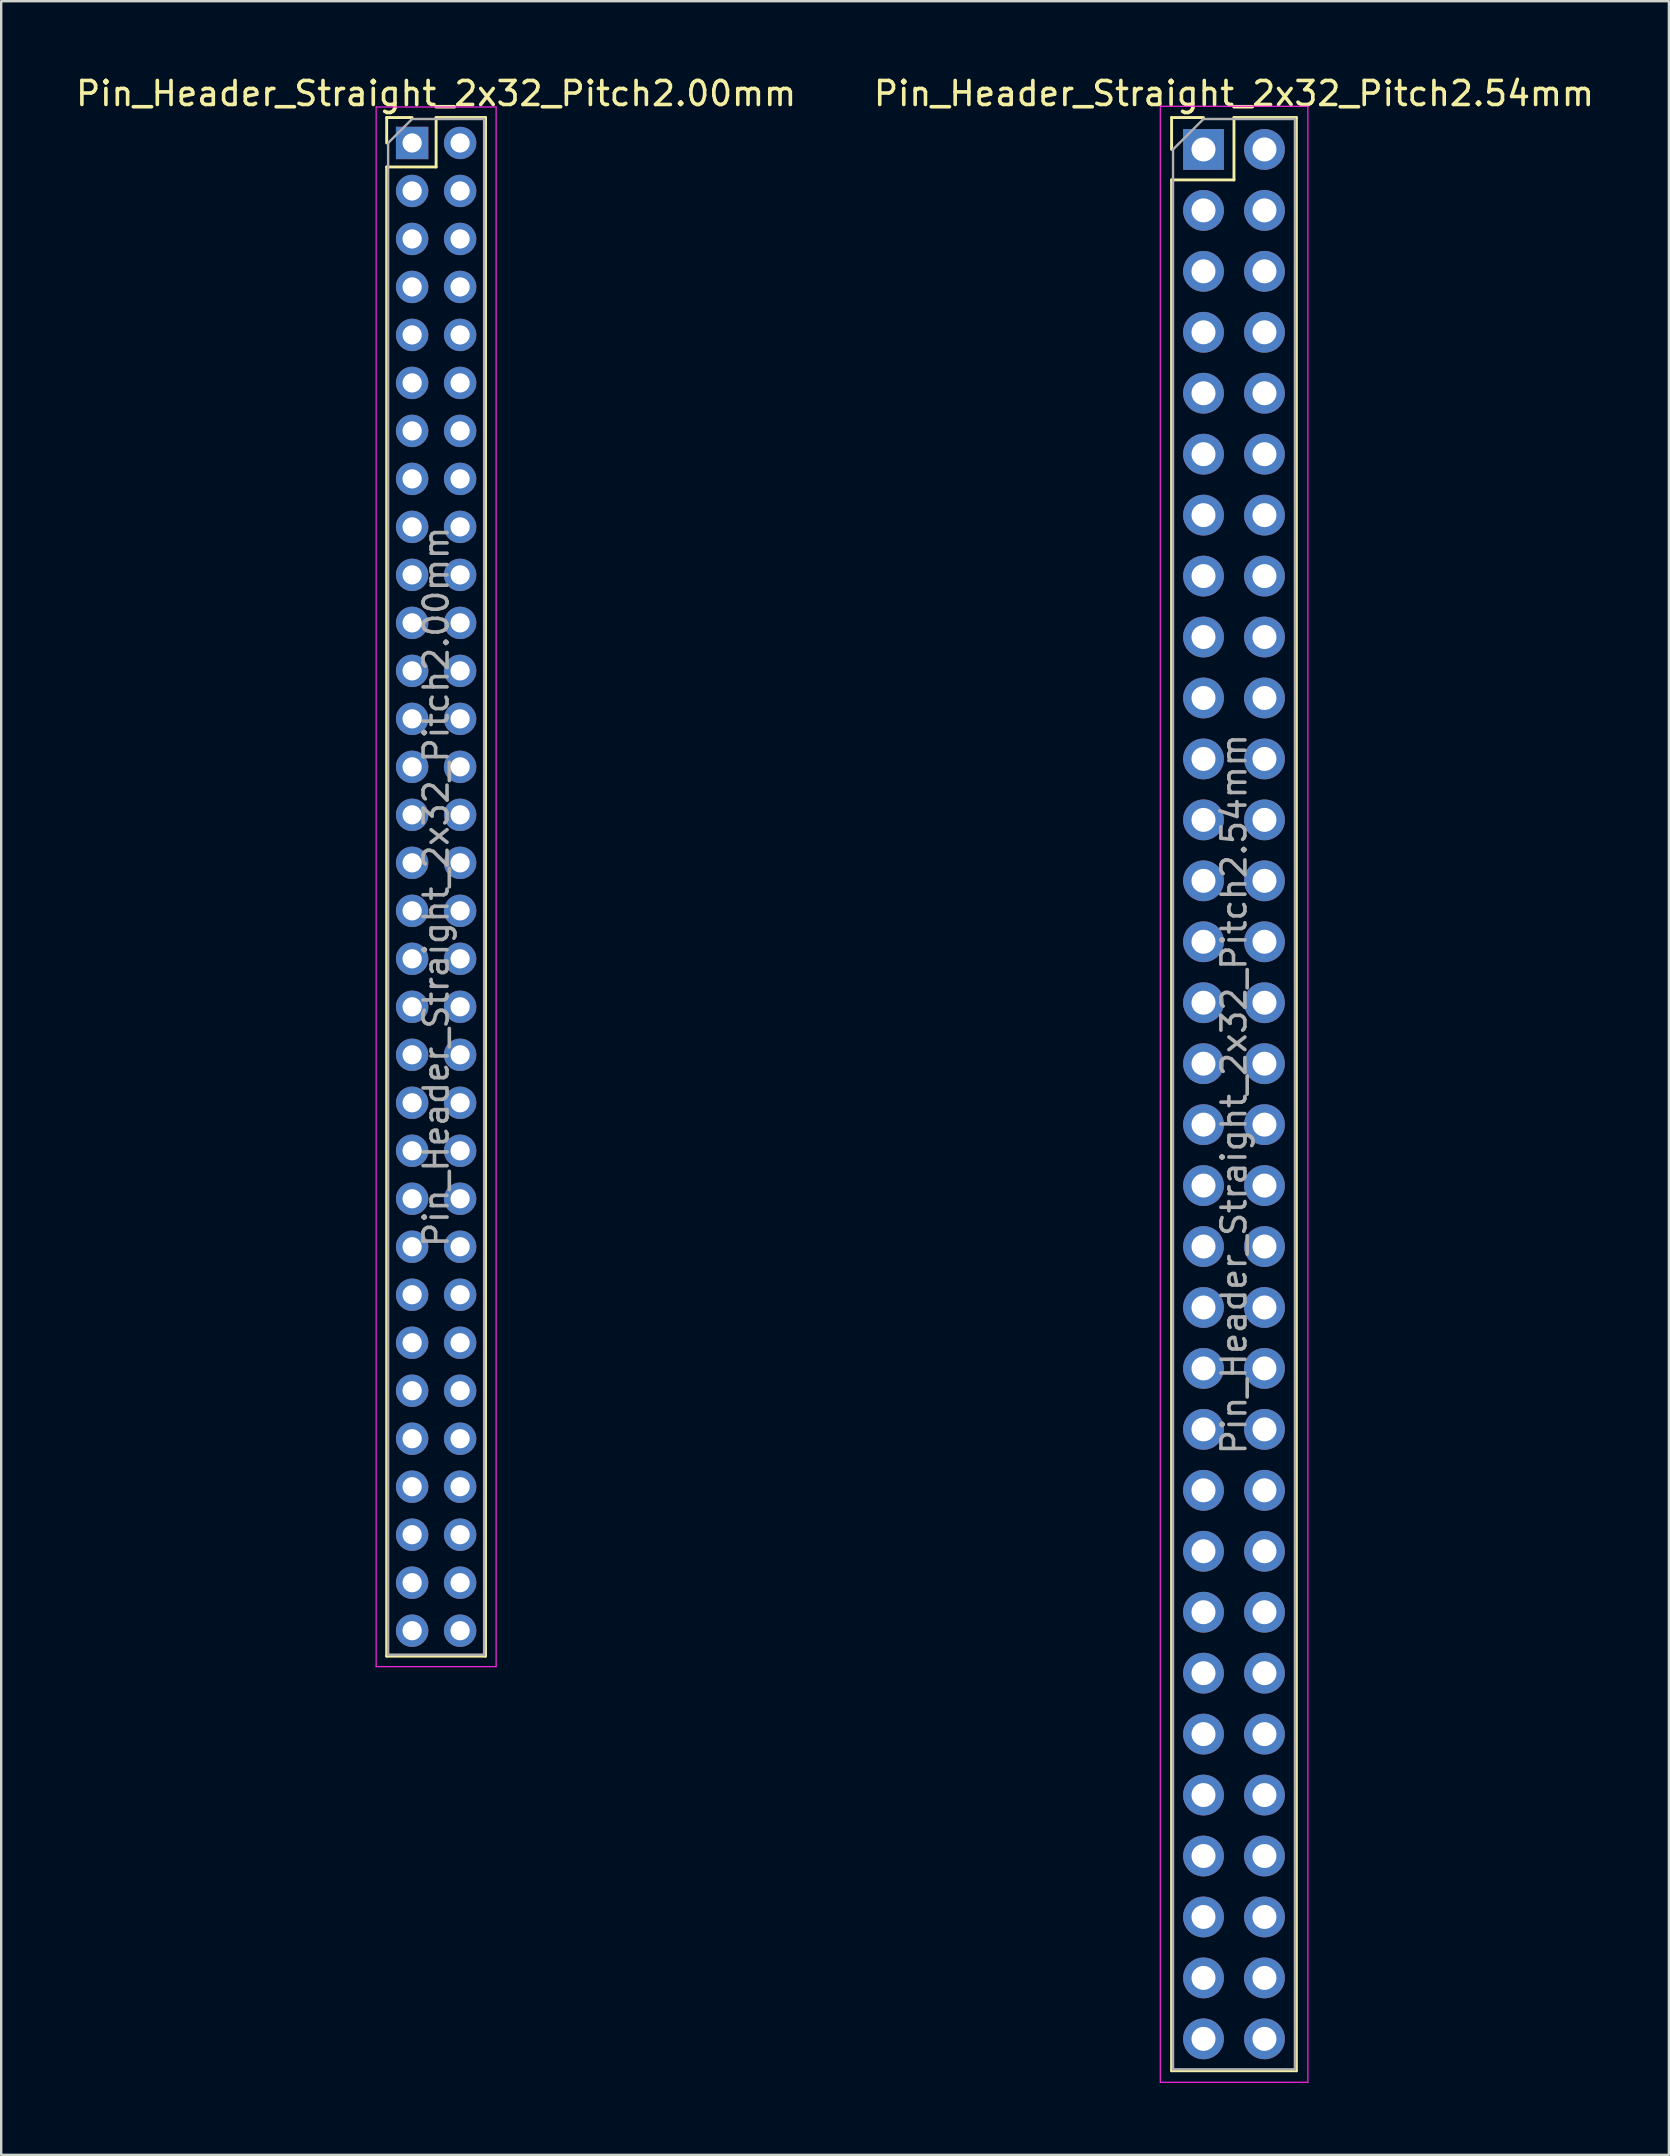
<source format=kicad_pcb>
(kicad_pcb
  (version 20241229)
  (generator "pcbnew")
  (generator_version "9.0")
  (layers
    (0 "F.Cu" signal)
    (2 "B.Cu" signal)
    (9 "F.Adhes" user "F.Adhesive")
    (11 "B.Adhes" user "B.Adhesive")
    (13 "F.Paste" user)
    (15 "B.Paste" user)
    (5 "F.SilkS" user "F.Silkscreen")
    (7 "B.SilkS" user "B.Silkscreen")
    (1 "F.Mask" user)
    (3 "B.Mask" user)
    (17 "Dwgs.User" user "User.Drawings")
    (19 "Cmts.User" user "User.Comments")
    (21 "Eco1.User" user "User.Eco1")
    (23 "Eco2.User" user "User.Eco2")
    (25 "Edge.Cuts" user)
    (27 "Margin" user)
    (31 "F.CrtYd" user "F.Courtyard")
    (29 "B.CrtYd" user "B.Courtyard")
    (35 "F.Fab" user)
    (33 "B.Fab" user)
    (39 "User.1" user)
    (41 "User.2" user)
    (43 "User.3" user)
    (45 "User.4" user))
  (footprint "Pin_Header_Straight_2x32_Pitch2.00mm"
    (layer "F.Cu")
    (at 14.125 2.908)
    (property "Reference" "Pin_Header_Straight_2x32_Pitch2.00mm" (at 1 -2.06 0) (layer "F.SilkS") (effects (font (size 1 1) (thickness 0.15))))
    (attr through_hole)
    (fp_line (start -1.06 -1.06) (end 0 -1.06) (stroke (width 0.12) (type solid)) (layer "F.SilkS"))
    (fp_line (start -1.06 0) (end -1.06 -1.06) (stroke (width 0.12) (type solid)) (layer "F.SilkS"))
    (fp_line (start -1.06 1) (end -1.06 63.06) (stroke (width 0.12) (type solid)) (layer "F.SilkS"))
    (fp_line (start -1.06 1) (end 1 1) (stroke (width 0.12) (type solid)) (layer "F.SilkS"))
    (fp_line (start -1.06 63.06) (end 3.06 63.06) (stroke (width 0.12) (type solid)) (layer "F.SilkS"))
    (fp_line (start 1 -1.06) (end 3.06 -1.06) (stroke (width 0.12) (type solid)) (layer "F.SilkS"))
    (fp_line (start 1 1) (end 1 -1.06) (stroke (width 0.12) (type solid)) (layer "F.SilkS"))
    (fp_line (start 3.06 -1.06) (end 3.06 63.06) (stroke (width 0.12) (type solid)) (layer "F.SilkS"))
    (fp_line (start -1.5 -1.5) (end -1.5 63.5) (stroke (width 0.05) (type solid)) (layer "F.CrtYd"))
    (fp_line (start -1.5 63.5) (end 3.5 63.5) (stroke (width 0.05) (type solid)) (layer "F.CrtYd"))
    (fp_line (start 3.5 -1.5) (end -1.5 -1.5) (stroke (width 0.05) (type solid)) (layer "F.CrtYd"))
    (fp_line (start 3.5 63.5) (end 3.5 -1.5) (stroke (width 0.05) (type solid)) (layer "F.CrtYd"))
    (fp_line (start -1 0) (end 0 -1) (stroke (width 0.1) (type solid)) (layer "F.Fab"))
    (fp_line (start -1 63) (end -1 0) (stroke (width 0.1) (type solid)) (layer "F.Fab"))
    (fp_line (start 0 -1) (end 3 -1) (stroke (width 0.1) (type solid)) (layer "F.Fab"))
    (fp_line (start 3 -1) (end 3 63) (stroke (width 0.1) (type solid)) (layer "F.Fab"))
    (fp_line (start 3 63) (end -1 63) (stroke (width 0.1) (type solid)) (layer "F.Fab"))
    (fp_text user "${REFERENCE}" (at 1 31 90) (layer "F.Fab") (effects (font (size 1 1) (thickness 0.15))))
    (pad "1" thru_hole rect (at 0 0) (size 1.35 1.35) (drill 0.8) (layers "*.Cu" "*.Mask"))
    (pad "2" thru_hole oval (at 2 0) (size 1.35 1.35) (drill 0.8) (layers "*.Cu" "*.Mask"))
    (pad "3" thru_hole oval (at 0 2) (size 1.35 1.35) (drill 0.8) (layers "*.Cu" "*.Mask"))
    (pad "4" thru_hole oval (at 2 2) (size 1.35 1.35) (drill 0.8) (layers "*.Cu" "*.Mask"))
    (pad "5" thru_hole oval (at 0 4) (size 1.35 1.35) (drill 0.8) (layers "*.Cu" "*.Mask"))
    (pad "6" thru_hole oval (at 2 4) (size 1.35 1.35) (drill 0.8) (layers "*.Cu" "*.Mask"))
    (pad "7" thru_hole oval (at 0 6) (size 1.35 1.35) (drill 0.8) (layers "*.Cu" "*.Mask"))
    (pad "8" thru_hole oval (at 2 6) (size 1.35 1.35) (drill 0.8) (layers "*.Cu" "*.Mask"))
    (pad "9" thru_hole oval (at 0 8) (size 1.35 1.35) (drill 0.8) (layers "*.Cu" "*.Mask"))
    (pad "10" thru_hole oval (at 2 8) (size 1.35 1.35) (drill 0.8) (layers "*.Cu" "*.Mask"))
    (pad "11" thru_hole oval (at 0 10) (size 1.35 1.35) (drill 0.8) (layers "*.Cu" "*.Mask"))
    (pad "12" thru_hole oval (at 2 10) (size 1.35 1.35) (drill 0.8) (layers "*.Cu" "*.Mask"))
    (pad "13" thru_hole oval (at 0 12) (size 1.35 1.35) (drill 0.8) (layers "*.Cu" "*.Mask"))
    (pad "14" thru_hole oval (at 2 12) (size 1.35 1.35) (drill 0.8) (layers "*.Cu" "*.Mask"))
    (pad "15" thru_hole oval (at 0 14) (size 1.35 1.35) (drill 0.8) (layers "*.Cu" "*.Mask"))
    (pad "16" thru_hole oval (at 2 14) (size 1.35 1.35) (drill 0.8) (layers "*.Cu" "*.Mask"))
    (pad "17" thru_hole oval (at 0 16) (size 1.35 1.35) (drill 0.8) (layers "*.Cu" "*.Mask"))
    (pad "18" thru_hole oval (at 2 16) (size 1.35 1.35) (drill 0.8) (layers "*.Cu" "*.Mask"))
    (pad "19" thru_hole oval (at 0 18) (size 1.35 1.35) (drill 0.8) (layers "*.Cu" "*.Mask"))
    (pad "20" thru_hole oval (at 2 18) (size 1.35 1.35) (drill 0.8) (layers "*.Cu" "*.Mask"))
    (pad "21" thru_hole oval (at 0 20) (size 1.35 1.35) (drill 0.8) (layers "*.Cu" "*.Mask"))
    (pad "22" thru_hole oval (at 2 20) (size 1.35 1.35) (drill 0.8) (layers "*.Cu" "*.Mask"))
    (pad "23" thru_hole oval (at 0 22) (size 1.35 1.35) (drill 0.8) (layers "*.Cu" "*.Mask"))
    (pad "24" thru_hole oval (at 2 22) (size 1.35 1.35) (drill 0.8) (layers "*.Cu" "*.Mask"))
    (pad "25" thru_hole oval (at 0 24) (size 1.35 1.35) (drill 0.8) (layers "*.Cu" "*.Mask"))
    (pad "26" thru_hole oval (at 2 24) (size 1.35 1.35) (drill 0.8) (layers "*.Cu" "*.Mask"))
    (pad "27" thru_hole oval (at 0 26) (size 1.35 1.35) (drill 0.8) (layers "*.Cu" "*.Mask"))
    (pad "28" thru_hole oval (at 2 26) (size 1.35 1.35) (drill 0.8) (layers "*.Cu" "*.Mask"))
    (pad "29" thru_hole oval (at 0 28) (size 1.35 1.35) (drill 0.8) (layers "*.Cu" "*.Mask"))
    (pad "30" thru_hole oval (at 2 28) (size 1.35 1.35) (drill 0.8) (layers "*.Cu" "*.Mask"))
    (pad "31" thru_hole oval (at 0 30) (size 1.35 1.35) (drill 0.8) (layers "*.Cu" "*.Mask"))
    (pad "32" thru_hole oval (at 2 30) (size 1.35 1.35) (drill 0.8) (layers "*.Cu" "*.Mask"))
    (pad "33" thru_hole oval (at 0 32) (size 1.35 1.35) (drill 0.8) (layers "*.Cu" "*.Mask"))
    (pad "34" thru_hole oval (at 2 32) (size 1.35 1.35) (drill 0.8) (layers "*.Cu" "*.Mask"))
    (pad "35" thru_hole oval (at 0 34) (size 1.35 1.35) (drill 0.8) (layers "*.Cu" "*.Mask"))
    (pad "36" thru_hole oval (at 2 34) (size 1.35 1.35) (drill 0.8) (layers "*.Cu" "*.Mask"))
    (pad "37" thru_hole oval (at 0 36) (size 1.35 1.35) (drill 0.8) (layers "*.Cu" "*.Mask"))
    (pad "38" thru_hole oval (at 2 36) (size 1.35 1.35) (drill 0.8) (layers "*.Cu" "*.Mask"))
    (pad "39" thru_hole oval (at 0 38) (size 1.35 1.35) (drill 0.8) (layers "*.Cu" "*.Mask"))
    (pad "40" thru_hole oval (at 2 38) (size 1.35 1.35) (drill 0.8) (layers "*.Cu" "*.Mask"))
    (pad "41" thru_hole oval (at 0 40) (size 1.35 1.35) (drill 0.8) (layers "*.Cu" "*.Mask"))
    (pad "42" thru_hole oval (at 2 40) (size 1.35 1.35) (drill 0.8) (layers "*.Cu" "*.Mask"))
    (pad "43" thru_hole oval (at 0 42) (size 1.35 1.35) (drill 0.8) (layers "*.Cu" "*.Mask"))
    (pad "44" thru_hole oval (at 2 42) (size 1.35 1.35) (drill 0.8) (layers "*.Cu" "*.Mask"))
    (pad "45" thru_hole oval (at 0 44) (size 1.35 1.35) (drill 0.8) (layers "*.Cu" "*.Mask"))
    (pad "46" thru_hole oval (at 2 44) (size 1.35 1.35) (drill 0.8) (layers "*.Cu" "*.Mask"))
    (pad "47" thru_hole oval (at 0 46) (size 1.35 1.35) (drill 0.8) (layers "*.Cu" "*.Mask"))
    (pad "48" thru_hole oval (at 2 46) (size 1.35 1.35) (drill 0.8) (layers "*.Cu" "*.Mask"))
    (pad "49" thru_hole oval (at 0 48) (size 1.35 1.35) (drill 0.8) (layers "*.Cu" "*.Mask"))
    (pad "50" thru_hole oval (at 2 48) (size 1.35 1.35) (drill 0.8) (layers "*.Cu" "*.Mask"))
    (pad "51" thru_hole oval (at 0 50) (size 1.35 1.35) (drill 0.8) (layers "*.Cu" "*.Mask"))
    (pad "52" thru_hole oval (at 2 50) (size 1.35 1.35) (drill 0.8) (layers "*.Cu" "*.Mask"))
    (pad "53" thru_hole oval (at 0 52) (size 1.35 1.35) (drill 0.8) (layers "*.Cu" "*.Mask"))
    (pad "54" thru_hole oval (at 2 52) (size 1.35 1.35) (drill 0.8) (layers "*.Cu" "*.Mask"))
    (pad "55" thru_hole oval (at 0 54) (size 1.35 1.35) (drill 0.8) (layers "*.Cu" "*.Mask"))
    (pad "56" thru_hole oval (at 2 54) (size 1.35 1.35) (drill 0.8) (layers "*.Cu" "*.Mask"))
    (pad "57" thru_hole oval (at 0 56) (size 1.35 1.35) (drill 0.8) (layers "*.Cu" "*.Mask"))
    (pad "58" thru_hole oval (at 2 56) (size 1.35 1.35) (drill 0.8) (layers "*.Cu" "*.Mask"))
    (pad "59" thru_hole oval (at 0 58) (size 1.35 1.35) (drill 0.8) (layers "*.Cu" "*.Mask"))
    (pad "60" thru_hole oval (at 2 58) (size 1.35 1.35) (drill 0.8) (layers "*.Cu" "*.Mask"))
    (pad "61" thru_hole oval (at 0 60) (size 1.35 1.35) (drill 0.8) (layers "*.Cu" "*.Mask"))
    (pad "62" thru_hole oval (at 2 60) (size 1.35 1.35) (drill 0.8) (layers "*.Cu" "*.Mask"))
    (pad "63" thru_hole oval (at 0 62) (size 1.35 1.35) (drill 0.8) (layers "*.Cu" "*.Mask"))
    (pad "64" thru_hole oval (at 2 62) (size 1.35 1.35) (drill 0.8) (layers "*.Cu" "*.Mask")))
  (footprint "Pin_Header_Straight_2x32_Pitch2.54mm"
    (layer "F.Cu")
    (at 47.105 3.178)
    (property "Reference" "Pin_Header_Straight_2x32_Pitch2.54mm" (at 1.27 -2.33 0) (layer "F.SilkS") (effects (font (size 1 1) (thickness 0.15))))
    (attr through_hole)
    (fp_line (start -1.33 -1.33) (end 0 -1.33) (stroke (width 0.12) (type solid)) (layer "F.SilkS"))
    (fp_line (start -1.33 0) (end -1.33 -1.33) (stroke (width 0.12) (type solid)) (layer "F.SilkS"))
    (fp_line (start -1.33 1.27) (end -1.33 80.07) (stroke (width 0.12) (type solid)) (layer "F.SilkS"))
    (fp_line (start -1.33 1.27) (end 1.27 1.27) (stroke (width 0.12) (type solid)) (layer "F.SilkS"))
    (fp_line (start -1.33 80.07) (end 3.87 80.07) (stroke (width 0.12) (type solid)) (layer "F.SilkS"))
    (fp_line (start 1.27 -1.33) (end 3.87 -1.33) (stroke (width 0.12) (type solid)) (layer "F.SilkS"))
    (fp_line (start 1.27 1.27) (end 1.27 -1.33) (stroke (width 0.12) (type solid)) (layer "F.SilkS"))
    (fp_line (start 3.87 -1.33) (end 3.87 80.07) (stroke (width 0.12) (type solid)) (layer "F.SilkS"))
    (fp_line (start -1.8 -1.8) (end -1.8 80.55) (stroke (width 0.05) (type solid)) (layer "F.CrtYd"))
    (fp_line (start -1.8 80.55) (end 4.35 80.55) (stroke (width 0.05) (type solid)) (layer "F.CrtYd"))
    (fp_line (start 4.35 -1.8) (end -1.8 -1.8) (stroke (width 0.05) (type solid)) (layer "F.CrtYd"))
    (fp_line (start 4.35 80.55) (end 4.35 -1.8) (stroke (width 0.05) (type solid)) (layer "F.CrtYd"))
    (fp_line (start -1.27 0) (end 0 -1.27) (stroke (width 0.1) (type solid)) (layer "F.Fab"))
    (fp_line (start -1.27 80.01) (end -1.27 0) (stroke (width 0.1) (type solid)) (layer "F.Fab"))
    (fp_line (start 0 -1.27) (end 3.81 -1.27) (stroke (width 0.1) (type solid)) (layer "F.Fab"))
    (fp_line (start 3.81 -1.27) (end 3.81 80.01) (stroke (width 0.1) (type solid)) (layer "F.Fab"))
    (fp_line (start 3.81 80.01) (end -1.27 80.01) (stroke (width 0.1) (type solid)) (layer "F.Fab"))
    (fp_text user "${REFERENCE}" (at 1.27 39.37 90) (layer "F.Fab") (effects (font (size 1 1) (thickness 0.15))))
    (pad "1" thru_hole rect (at 0 0) (size 1.7 1.7) (drill 1) (layers "*.Cu" "*.Mask"))
    (pad "2" thru_hole oval (at 2.54 0) (size 1.7 1.7) (drill 1) (layers "*.Cu" "*.Mask"))
    (pad "3" thru_hole oval (at 0 2.54) (size 1.7 1.7) (drill 1) (layers "*.Cu" "*.Mask"))
    (pad "4" thru_hole oval (at 2.54 2.54) (size 1.7 1.7) (drill 1) (layers "*.Cu" "*.Mask"))
    (pad "5" thru_hole oval (at 0 5.08) (size 1.7 1.7) (drill 1) (layers "*.Cu" "*.Mask"))
    (pad "6" thru_hole oval (at 2.54 5.08) (size 1.7 1.7) (drill 1) (layers "*.Cu" "*.Mask"))
    (pad "7" thru_hole oval (at 0 7.62) (size 1.7 1.7) (drill 1) (layers "*.Cu" "*.Mask"))
    (pad "8" thru_hole oval (at 2.54 7.62) (size 1.7 1.7) (drill 1) (layers "*.Cu" "*.Mask"))
    (pad "9" thru_hole oval (at 0 10.16) (size 1.7 1.7) (drill 1) (layers "*.Cu" "*.Mask"))
    (pad "10" thru_hole oval (at 2.54 10.16) (size 1.7 1.7) (drill 1) (layers "*.Cu" "*.Mask"))
    (pad "11" thru_hole oval (at 0 12.7) (size 1.7 1.7) (drill 1) (layers "*.Cu" "*.Mask"))
    (pad "12" thru_hole oval (at 2.54 12.7) (size 1.7 1.7) (drill 1) (layers "*.Cu" "*.Mask"))
    (pad "13" thru_hole oval (at 0 15.24) (size 1.7 1.7) (drill 1) (layers "*.Cu" "*.Mask"))
    (pad "14" thru_hole oval (at 2.54 15.24) (size 1.7 1.7) (drill 1) (layers "*.Cu" "*.Mask"))
    (pad "15" thru_hole oval (at 0 17.78) (size 1.7 1.7) (drill 1) (layers "*.Cu" "*.Mask"))
    (pad "16" thru_hole oval (at 2.54 17.78) (size 1.7 1.7) (drill 1) (layers "*.Cu" "*.Mask"))
    (pad "17" thru_hole oval (at 0 20.32) (size 1.7 1.7) (drill 1) (layers "*.Cu" "*.Mask"))
    (pad "18" thru_hole oval (at 2.54 20.32) (size 1.7 1.7) (drill 1) (layers "*.Cu" "*.Mask"))
    (pad "19" thru_hole oval (at 0 22.86) (size 1.7 1.7) (drill 1) (layers "*.Cu" "*.Mask"))
    (pad "20" thru_hole oval (at 2.54 22.86) (size 1.7 1.7) (drill 1) (layers "*.Cu" "*.Mask"))
    (pad "21" thru_hole oval (at 0 25.4) (size 1.7 1.7) (drill 1) (layers "*.Cu" "*.Mask"))
    (pad "22" thru_hole oval (at 2.54 25.4) (size 1.7 1.7) (drill 1) (layers "*.Cu" "*.Mask"))
    (pad "23" thru_hole oval (at 0 27.94) (size 1.7 1.7) (drill 1) (layers "*.Cu" "*.Mask"))
    (pad "24" thru_hole oval (at 2.54 27.94) (size 1.7 1.7) (drill 1) (layers "*.Cu" "*.Mask"))
    (pad "25" thru_hole oval (at 0 30.48) (size 1.7 1.7) (drill 1) (layers "*.Cu" "*.Mask"))
    (pad "26" thru_hole oval (at 2.54 30.48) (size 1.7 1.7) (drill 1) (layers "*.Cu" "*.Mask"))
    (pad "27" thru_hole oval (at 0 33.02) (size 1.7 1.7) (drill 1) (layers "*.Cu" "*.Mask"))
    (pad "28" thru_hole oval (at 2.54 33.02) (size 1.7 1.7) (drill 1) (layers "*.Cu" "*.Mask"))
    (pad "29" thru_hole oval (at 0 35.56) (size 1.7 1.7) (drill 1) (layers "*.Cu" "*.Mask"))
    (pad "30" thru_hole oval (at 2.54 35.56) (size 1.7 1.7) (drill 1) (layers "*.Cu" "*.Mask"))
    (pad "31" thru_hole oval (at 0 38.1) (size 1.7 1.7) (drill 1) (layers "*.Cu" "*.Mask"))
    (pad "32" thru_hole oval (at 2.54 38.1) (size 1.7 1.7) (drill 1) (layers "*.Cu" "*.Mask"))
    (pad "33" thru_hole oval (at 0 40.64) (size 1.7 1.7) (drill 1) (layers "*.Cu" "*.Mask"))
    (pad "34" thru_hole oval (at 2.54 40.64) (size 1.7 1.7) (drill 1) (layers "*.Cu" "*.Mask"))
    (pad "35" thru_hole oval (at 0 43.18) (size 1.7 1.7) (drill 1) (layers "*.Cu" "*.Mask"))
    (pad "36" thru_hole oval (at 2.54 43.18) (size 1.7 1.7) (drill 1) (layers "*.Cu" "*.Mask"))
    (pad "37" thru_hole oval (at 0 45.72) (size 1.7 1.7) (drill 1) (layers "*.Cu" "*.Mask"))
    (pad "38" thru_hole oval (at 2.54 45.72) (size 1.7 1.7) (drill 1) (layers "*.Cu" "*.Mask"))
    (pad "39" thru_hole oval (at 0 48.26) (size 1.7 1.7) (drill 1) (layers "*.Cu" "*.Mask"))
    (pad "40" thru_hole oval (at 2.54 48.26) (size 1.7 1.7) (drill 1) (layers "*.Cu" "*.Mask"))
    (pad "41" thru_hole oval (at 0 50.8) (size 1.7 1.7) (drill 1) (layers "*.Cu" "*.Mask"))
    (pad "42" thru_hole oval (at 2.54 50.8) (size 1.7 1.7) (drill 1) (layers "*.Cu" "*.Mask"))
    (pad "43" thru_hole oval (at 0 53.34) (size 1.7 1.7) (drill 1) (layers "*.Cu" "*.Mask"))
    (pad "44" thru_hole oval (at 2.54 53.34) (size 1.7 1.7) (drill 1) (layers "*.Cu" "*.Mask"))
    (pad "45" thru_hole oval (at 0 55.88) (size 1.7 1.7) (drill 1) (layers "*.Cu" "*.Mask"))
    (pad "46" thru_hole oval (at 2.54 55.88) (size 1.7 1.7) (drill 1) (layers "*.Cu" "*.Mask"))
    (pad "47" thru_hole oval (at 0 58.42) (size 1.7 1.7) (drill 1) (layers "*.Cu" "*.Mask"))
    (pad "48" thru_hole oval (at 2.54 58.42) (size 1.7 1.7) (drill 1) (layers "*.Cu" "*.Mask"))
    (pad "49" thru_hole oval (at 0 60.96) (size 1.7 1.7) (drill 1) (layers "*.Cu" "*.Mask"))
    (pad "50" thru_hole oval (at 2.54 60.96) (size 1.7 1.7) (drill 1) (layers "*.Cu" "*.Mask"))
    (pad "51" thru_hole oval (at 0 63.5) (size 1.7 1.7) (drill 1) (layers "*.Cu" "*.Mask"))
    (pad "52" thru_hole oval (at 2.54 63.5) (size 1.7 1.7) (drill 1) (layers "*.Cu" "*.Mask"))
    (pad "53" thru_hole oval (at 0 66.04) (size 1.7 1.7) (drill 1) (layers "*.Cu" "*.Mask"))
    (pad "54" thru_hole oval (at 2.54 66.04) (size 1.7 1.7) (drill 1) (layers "*.Cu" "*.Mask"))
    (pad "55" thru_hole oval (at 0 68.58) (size 1.7 1.7) (drill 1) (layers "*.Cu" "*.Mask"))
    (pad "56" thru_hole oval (at 2.54 68.58) (size 1.7 1.7) (drill 1) (layers "*.Cu" "*.Mask"))
    (pad "57" thru_hole oval (at 0 71.12) (size 1.7 1.7) (drill 1) (layers "*.Cu" "*.Mask"))
    (pad "58" thru_hole oval (at 2.54 71.12) (size 1.7 1.7) (drill 1) (layers "*.Cu" "*.Mask"))
    (pad "59" thru_hole oval (at 0 73.66) (size 1.7 1.7) (drill 1) (layers "*.Cu" "*.Mask"))
    (pad "60" thru_hole oval (at 2.54 73.66) (size 1.7 1.7) (drill 1) (layers "*.Cu" "*.Mask"))
    (pad "61" thru_hole oval (at 0 76.2) (size 1.7 1.7) (drill 1) (layers "*.Cu" "*.Mask"))
    (pad "62" thru_hole oval (at 2.54 76.2) (size 1.7 1.7) (drill 1) (layers "*.Cu" "*.Mask"))
    (pad "63" thru_hole oval (at 0 78.74) (size 1.7 1.7) (drill 1) (layers "*.Cu" "*.Mask"))
    (pad "64" thru_hole oval (at 2.54 78.74) (size 1.7 1.7) (drill 1) (layers "*.Cu" "*.Mask")))
  (gr_rect
    (start -3 -3)
    (end 66.5 86.753)
    (stroke (width 0.1) (type default))
    (fill no)
    (layer "Edge.Cuts")))
</source>
